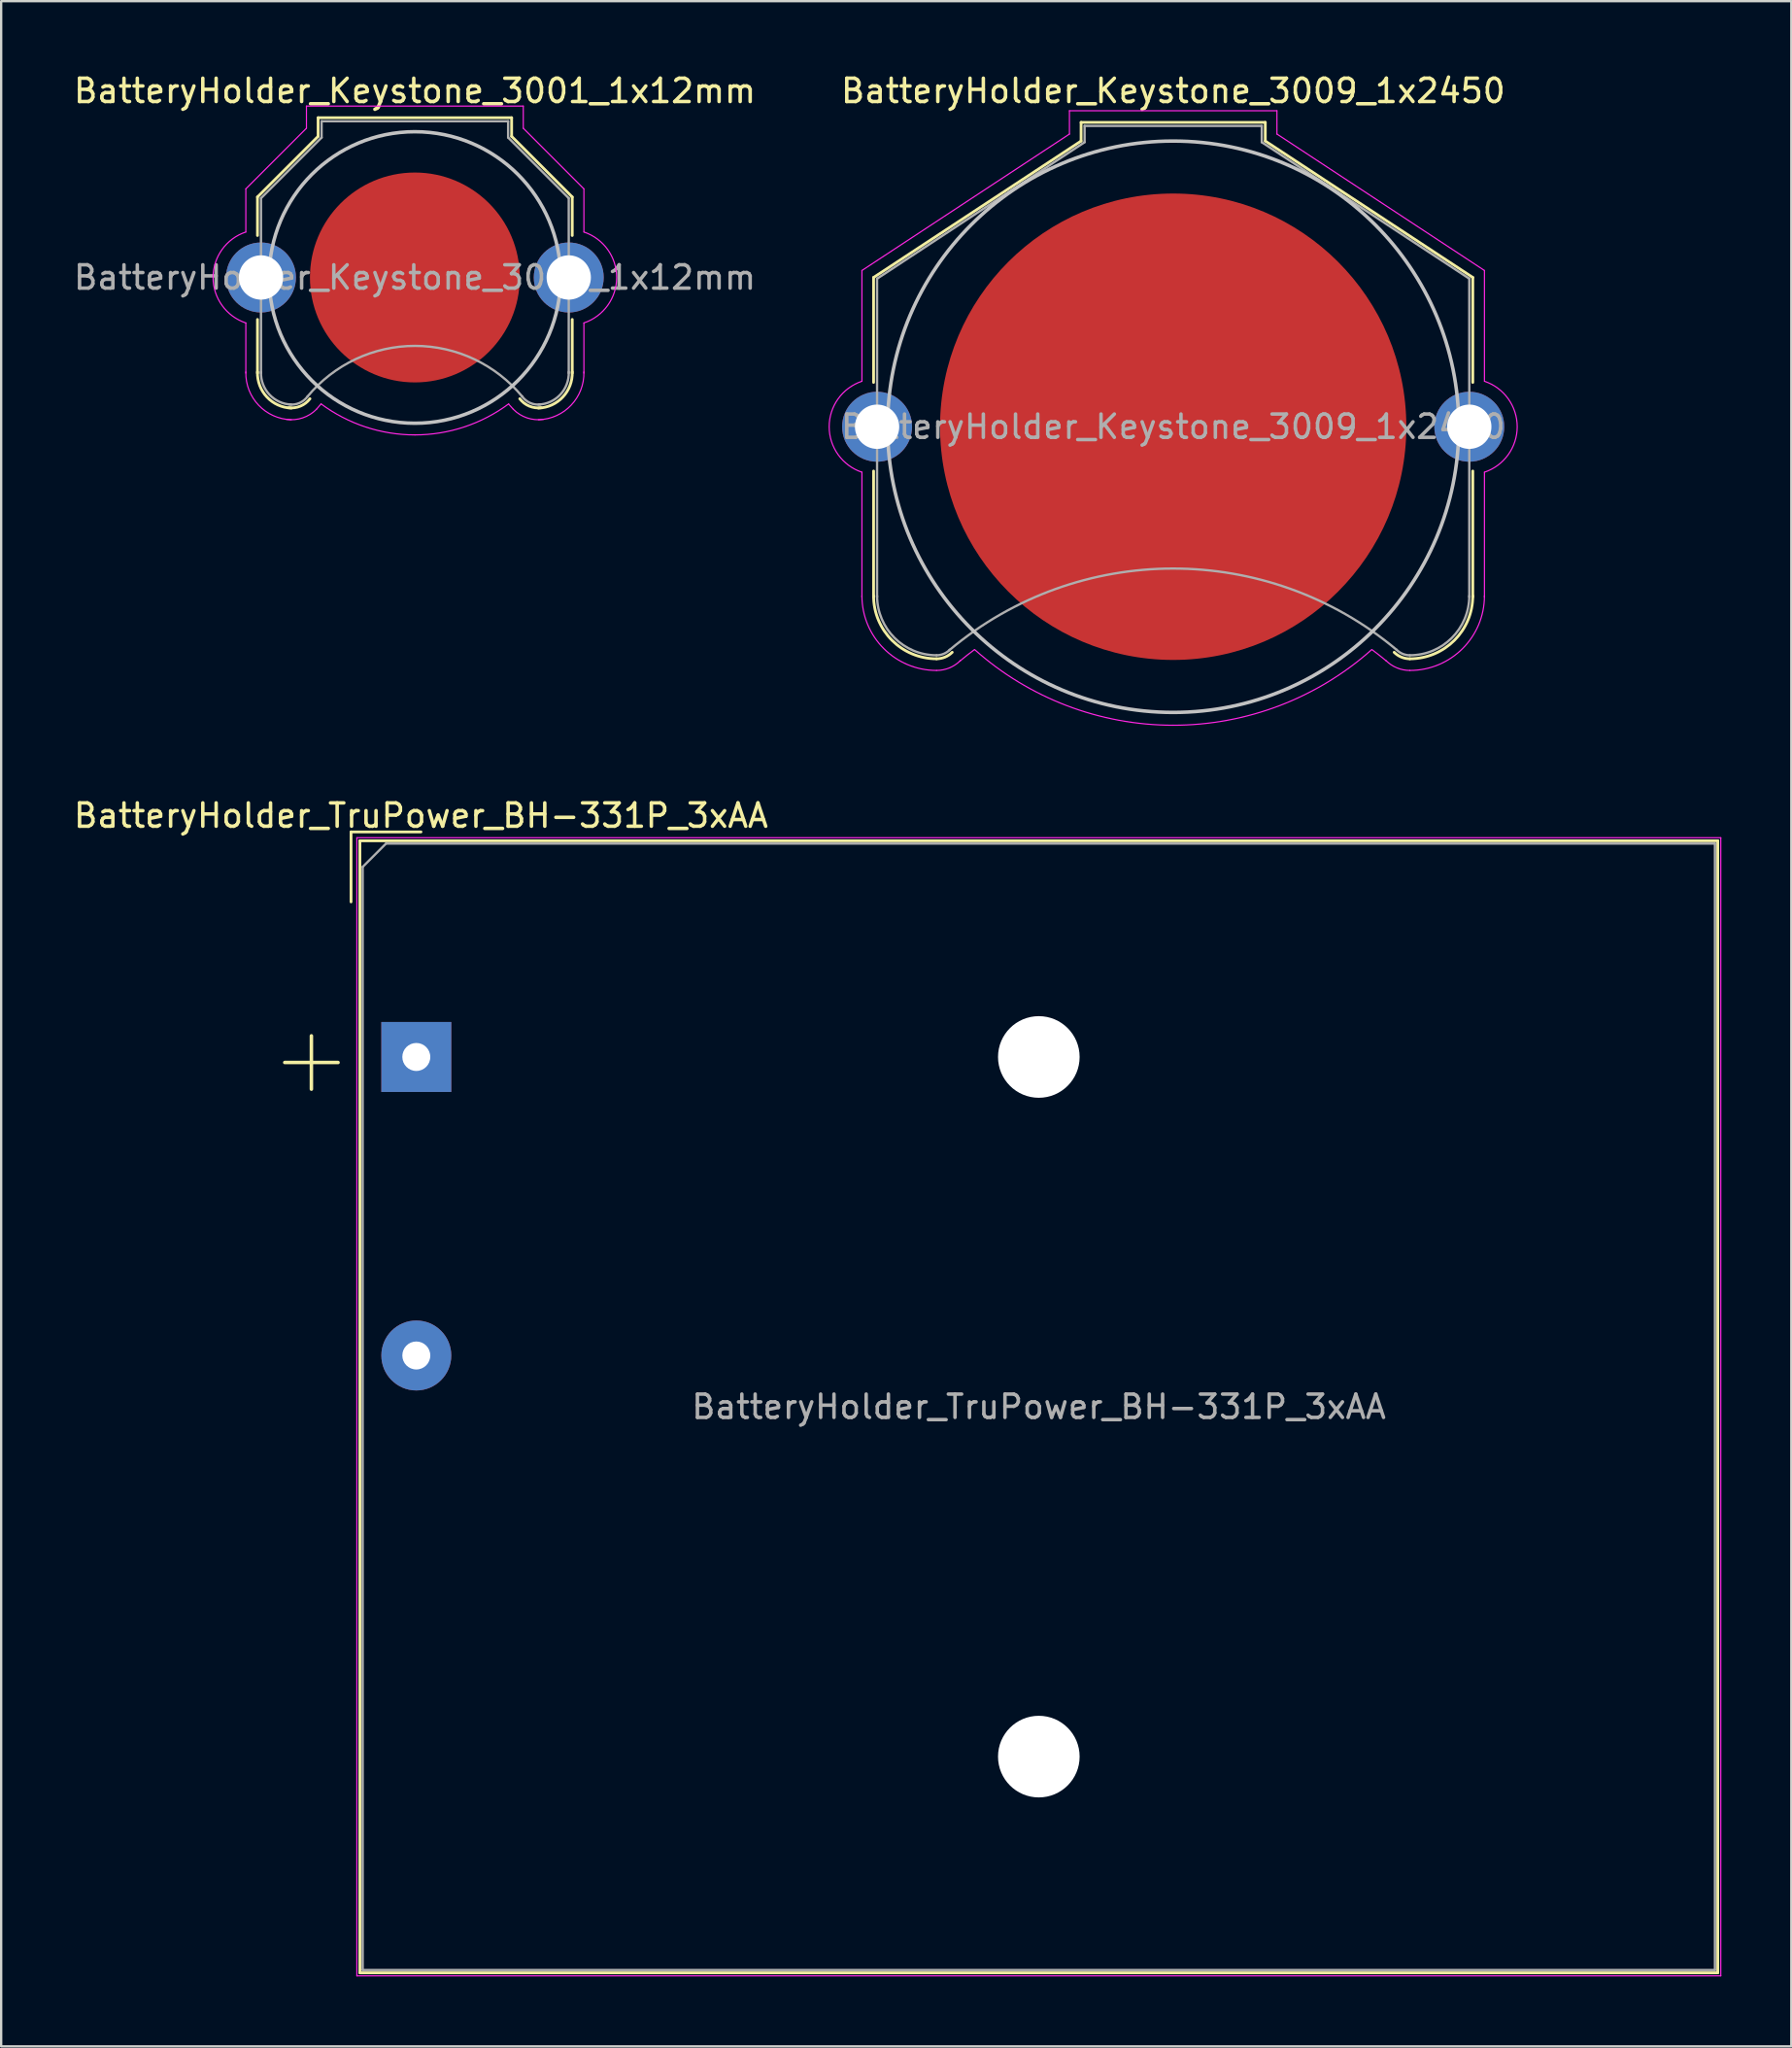
<source format=kicad_pcb>
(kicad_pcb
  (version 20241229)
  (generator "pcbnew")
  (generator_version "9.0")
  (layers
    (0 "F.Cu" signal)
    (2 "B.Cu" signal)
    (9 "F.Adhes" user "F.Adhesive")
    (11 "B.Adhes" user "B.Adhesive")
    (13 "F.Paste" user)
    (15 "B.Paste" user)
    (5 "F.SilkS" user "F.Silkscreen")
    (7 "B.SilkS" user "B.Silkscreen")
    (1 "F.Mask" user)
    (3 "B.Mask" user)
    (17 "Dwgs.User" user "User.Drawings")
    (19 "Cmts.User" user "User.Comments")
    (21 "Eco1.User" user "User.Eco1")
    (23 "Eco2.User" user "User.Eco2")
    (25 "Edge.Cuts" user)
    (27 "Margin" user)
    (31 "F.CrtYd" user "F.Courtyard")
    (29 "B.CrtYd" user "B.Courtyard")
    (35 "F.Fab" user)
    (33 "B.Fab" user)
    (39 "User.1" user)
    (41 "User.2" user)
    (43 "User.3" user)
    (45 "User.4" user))
  (footprint "BatteryHolder_Keystone_3009_1x2450"
    (layer "F.Cu")
    (at 47.269 15.248)
    (property "Reference" "BatteryHolder_Keystone_3009_1x2450" (at 0 -14.4 0) (layer "F.SilkS") (effects (font (size 1 1) (thickness 0.15))))
    (attr through_hole)
    (fp_line (start -12.85 -6.4) (end -12.85 -1.9) (stroke (width 0.12) (type solid)) (layer "F.SilkS"))
    (fp_line (start -12.85 1.9) (end -12.85 7.3) (stroke (width 0.12) (type solid)) (layer "F.SilkS"))
    (fp_line (start -3.95 -13.05) (end -3.95 -12.25) (stroke (width 0.12) (type solid)) (layer "F.SilkS"))
    (fp_line (start -3.95 -13.05) (end 3.95 -13.05) (stroke (width 0.12) (type solid)) (layer "F.SilkS"))
    (fp_line (start -3.95 -12.25) (end -12.85 -6.4) (stroke (width 0.12) (type solid)) (layer "F.SilkS"))
    (fp_line (start 3.95 -13.05) (end 3.95 -12.25) (stroke (width 0.12) (type solid)) (layer "F.SilkS"))
    (fp_line (start 3.95 -12.25) (end 12.85 -6.4) (stroke (width 0.12) (type solid)) (layer "F.SilkS"))
    (fp_line (start 12.85 -6.4) (end 12.85 -1.9) (stroke (width 0.12) (type solid)) (layer "F.SilkS"))
    (fp_line (start 12.85 1.9) (end 12.85 7.3) (stroke (width 0.12) (type solid)) (layer "F.SilkS"))
    (fp_arc (start -10.15 9.95) (mid -12.059188 9.159188) (end -12.85 7.25) (stroke (width 0.12) (type solid)) (layer "F.SilkS"))
    (fp_arc (start -9.478249 9.671751) (mid -9.786451 9.877685) (end -10.15 9.95) (stroke (width 0.12) (type solid)) (layer "F.SilkS"))
    (fp_arc (start 10.15 9.95) (mid 9.786451 9.877686) (end 9.478249 9.671751) (stroke (width 0.12) (type solid)) (layer "F.SilkS"))
    (fp_arc (start 12.85 7.25) (mid 12.059188 9.159188) (end 10.15 9.95) (stroke (width 0.12) (type solid)) (layer "F.SilkS"))
    (fp_circle (center 0 0) (end 12.25 0) (stroke (width 0.15) (type solid)) (fill no) (layer "Dwgs.User"))
    (fp_line (start -13.35 -6.7) (end -13.35 -1.95) (stroke (width 0.05) (type solid)) (layer "F.CrtYd"))
    (fp_line (start -13.35 1.95) (end -13.35 7.3) (stroke (width 0.05) (type solid)) (layer "F.CrtYd"))
    (fp_line (start -4.45 -13.55) (end -4.45 -12.55) (stroke (width 0.05) (type solid)) (layer "F.CrtYd"))
    (fp_line (start -4.45 -13.55) (end 4.45 -13.55) (stroke (width 0.05) (type solid)) (layer "F.CrtYd"))
    (fp_line (start -4.45 -12.55) (end -13.35 -6.7) (stroke (width 0.05) (type solid)) (layer "F.CrtYd"))
    (fp_line (start 4.45 -13.55) (end 4.45 -12.55) (stroke (width 0.05) (type solid)) (layer "F.CrtYd"))
    (fp_line (start 4.45 -12.55) (end 13.35 -6.7) (stroke (width 0.05) (type solid)) (layer "F.CrtYd"))
    (fp_line (start 13.35 -6.7) (end 13.35 -1.95) (stroke (width 0.05) (type solid)) (layer "F.CrtYd"))
    (fp_line (start 13.35 1.95) (end 13.35 7.3) (stroke (width 0.05) (type solid)) (layer "F.CrtYd"))
    (fp_arc (start -13.35 1.95) (mid -14.755479 0.002334) (end -13.354426 -1.948519) (stroke (width 0.05) (type solid)) (layer "F.CrtYd"))
    (fp_arc (start -10.15 10.45) (mid -12.412742 9.512742) (end -13.35 7.25) (stroke (width 0.05) (type solid)) (layer "F.CrtYd"))
    (fp_arc (start -9.15 10.05) (mid -8.840691 9.798786) (end -8.524488 9.556307) (stroke (width 0.05) (type solid)) (layer "F.CrtYd"))
    (fp_arc (start -9.124695 10.025305) (mid -9.595109 10.339626) (end -10.15 10.45) (stroke (width 0.05) (type solid)) (layer "F.CrtYd"))
    (fp_arc (start 0 12.8) (mid -4.55581 11.961797) (end -8.514949 9.556969) (stroke (width 0.05) (type solid)) (layer "F.CrtYd"))
    (fp_arc (start 8.514949 9.556969) (mid 4.55581 11.961798) (end 0 12.8) (stroke (width 0.05) (type solid)) (layer "F.CrtYd"))
    (fp_arc (start 8.524488 9.556307) (mid 8.840691 9.798786) (end 9.15 10.05) (stroke (width 0.05) (type solid)) (layer "F.CrtYd"))
    (fp_arc (start 10.15 10.45) (mid 9.595109 10.339625) (end 9.124695 10.025305) (stroke (width 0.05) (type solid)) (layer "F.CrtYd"))
    (fp_arc (start 13.35 7.25) (mid 12.412742 9.512742) (end 10.15 10.45) (stroke (width 0.05) (type solid)) (layer "F.CrtYd"))
    (fp_arc (start 13.354426 -1.948519) (mid 14.755479 0.002334) (end 13.35 1.95) (stroke (width 0.05) (type solid)) (layer "F.CrtYd"))
    (fp_line (start -12.7 -6.35) (end -12.7 7.3) (stroke (width 0.1) (type solid)) (layer "F.Fab"))
    (fp_line (start -3.8 -12.9) (end -3.8 -12.2) (stroke (width 0.1) (type solid)) (layer "F.Fab"))
    (fp_line (start -3.8 -12.9) (end 3.8 -12.9) (stroke (width 0.1) (type solid)) (layer "F.Fab"))
    (fp_line (start -3.8 -12.2) (end -12.7 -6.35) (stroke (width 0.1) (type solid)) (layer "F.Fab"))
    (fp_line (start 3.8 -12.9) (end 3.8 -12.2) (stroke (width 0.1) (type solid)) (layer "F.Fab"))
    (fp_line (start 3.8 -12.2) (end 12.7 -6.35) (stroke (width 0.1) (type solid)) (layer "F.Fab"))
    (fp_line (start 12.7 -6.35) (end 12.7 7.3) (stroke (width 0.1) (type solid)) (layer "F.Fab"))
    (fp_arc (start -10.15 9.8) (mid -11.953122 9.053122) (end -12.7 7.25) (stroke (width 0.1) (type solid)) (layer "F.Fab"))
    (fp_arc (start -9.6 9.58) (mid -0.013392 6.081011) (end 9.579482 9.562783) (stroke (width 0.1) (type solid)) (layer "F.Fab"))
    (fp_arc (start -9.584315 9.565685) (mid -9.843853 9.739103) (end -10.15 9.8) (stroke (width 0.1) (type solid)) (layer "F.Fab"))
    (fp_arc (start 10.15 9.8) (mid 9.843853 9.739104) (end 9.584315 9.565685) (stroke (width 0.1) (type solid)) (layer "F.Fab"))
    (fp_arc (start 12.7 7.25) (mid 11.953122 9.053122) (end 10.15 9.8) (stroke (width 0.1) (type solid)) (layer "F.Fab"))
    (fp_text user "${REFERENCE}" (at 0 0 0) (layer "F.Fab") (effects (font (size 1 1) (thickness 0.15))))
    (pad "1" thru_hole circle (at -12.7 0) (size 3 3) (drill 1.9) (layers "*.Cu" "*.Mask"))
    (pad "1" thru_hole circle (at 12.7 0) (size 3 3) (drill 1.9) (layers "*.Cu" "*.Mask"))
    (pad "2" smd circle (at 0 0) (size 20 20) (layers "F.Cu" "F.Mask")))
  (footprint "BatteryHolder_TruPower_BH-331P_3xAA"
    (layer "F.Cu")
    (at 14.806 42.272)
    (property "Reference" "BatteryHolder_TruPower_BH-331P_3xAA" (at 0.2 -10.35 0) (layer "F.SilkS") (effects (font (size 1 1) (thickness 0.15))))
    (attr through_hole)
    (fp_line (start -2.8 -9.65) (end 0.2 -9.65) (stroke (width 0.12) (type solid)) (layer "F.SilkS"))
    (fp_line (start -2.8 -6.65) (end -2.8 -9.65) (stroke (width 0.12) (type solid)) (layer "F.SilkS"))
    (fp_line (start -2.42 -9.27) (end -2.42 39.27) (stroke (width 0.12) (type solid)) (layer "F.SilkS"))
    (fp_line (start -2.42 -9.27) (end 55.82 -9.27) (stroke (width 0.12) (type solid)) (layer "F.SilkS"))
    (fp_line (start -2.42 39.27) (end 55.82 39.27) (stroke (width 0.12) (type solid)) (layer "F.SilkS"))
    (fp_line (start 55.82 -9.27) (end 55.82 39.27) (stroke (width 0.12) (type solid)) (layer "F.SilkS"))
    (fp_line (start -2.55 -9.4) (end -2.55 39.4) (stroke (width 0.05) (type solid)) (layer "F.CrtYd"))
    (fp_line (start -2.55 -9.4) (end 55.95 -9.4) (stroke (width 0.05) (type solid)) (layer "F.CrtYd"))
    (fp_line (start -2.55 39.4) (end 55.95 39.4) (stroke (width 0.05) (type solid)) (layer "F.CrtYd"))
    (fp_line (start 55.95 -9.4) (end 55.95 39.4) (stroke (width 0.05) (type solid)) (layer "F.CrtYd"))
    (fp_line (start -2.3 -8.15) (end -1.3 -9.15) (stroke (width 0.1) (type solid)) (layer "F.Fab"))
    (fp_line (start -2.3 39.15) (end -2.3 -8.15) (stroke (width 0.1) (type solid)) (layer "F.Fab"))
    (fp_line (start -1.3 -9.15) (end 55.7 -9.15) (stroke (width 0.1) (type solid)) (layer "F.Fab"))
    (fp_line (start 55.7 -9.15) (end 55.7 39.15) (stroke (width 0.1) (type solid)) (layer "F.Fab"))
    (fp_line (start 55.7 39.15) (end -2.3 39.15) (stroke (width 0.1) (type solid)) (layer "F.Fab"))
    (fp_text user "+" (at -4.5 0 0) (layer "F.SilkS") (effects (font (size 3 3) (thickness 0.15))))
    (fp_text user "${REFERENCE}" (at 26.7 15 0) (layer "F.Fab") (effects (font (size 1 1) (thickness 0.15))))
    (pad "" np_thru_hole circle (at 26.7 0) (size 3.5 3.5) (drill 3.5) (layers "*.Cu" "*.Mask"))
    (pad "" np_thru_hole circle (at 26.7 30) (size 3.5 3.5) (drill 3.5) (layers "*.Cu" "*.Mask"))
    (pad "1" thru_hole rect (at 0 0) (size 3 3) (drill 1.2) (layers "*.Cu" "*.Mask"))
    (pad "2" thru_hole circle (at 0 12.8) (size 3 3) (drill 1.2) (layers "*.Cu" "*.Mask")))
  (footprint "BatteryHolder_Keystone_3001_1x12mm"
    (layer "F.Cu")
    (at 14.744 8.848)
    (property "Reference" "BatteryHolder_Keystone_3001_1x12mm" (at 0 -8 0) (layer "F.SilkS") (effects (font (size 1 1) (thickness 0.15))))
    (attr through_hole)
    (fp_line (start -6.75 -3.45) (end -4.15 -6.05) (stroke (width 0.12) (type solid)) (layer "F.SilkS"))
    (fp_line (start -6.75 -1.8) (end -6.75 -3.45) (stroke (width 0.12) (type solid)) (layer "F.SilkS"))
    (fp_line (start -6.75 1.8) (end -6.75 4.1) (stroke (width 0.12) (type solid)) (layer "F.SilkS"))
    (fp_line (start -4.15 -6.85) (end 4.15 -6.85) (stroke (width 0.12) (type solid)) (layer "F.SilkS"))
    (fp_line (start -4.15 -6.05) (end -4.15 -6.85) (stroke (width 0.12) (type solid)) (layer "F.SilkS"))
    (fp_line (start 4.15 -6.85) (end 4.15 -6.05) (stroke (width 0.12) (type solid)) (layer "F.SilkS"))
    (fp_line (start 4.15 -6.05) (end 6.75 -3.45) (stroke (width 0.12) (type solid)) (layer "F.SilkS"))
    (fp_line (start 6.75 -3.45) (end 6.75 -1.8) (stroke (width 0.12) (type solid)) (layer "F.SilkS"))
    (fp_line (start 6.75 1.8) (end 6.75 4.1) (stroke (width 0.12) (type solid)) (layer "F.SilkS"))
    (fp_arc (start -5.3 5.6) (mid -6.346016 5.125305) (end -6.75 4.05) (stroke (width 0.12) (type solid)) (layer "F.SilkS"))
    (fp_arc (start -4.5 5.2) (mid -4.90584 5.514615) (end -5.414615 5.58416) (stroke (width 0.12) (type solid)) (layer "F.SilkS"))
    (fp_arc (start 5.414615 5.58416) (mid 4.90584 5.514615) (end 4.5 5.2) (stroke (width 0.12) (type solid)) (layer "F.SilkS"))
    (fp_arc (start 6.75 4.05) (mid 6.346016 5.125305) (end 5.3 5.6) (stroke (width 0.12) (type solid)) (layer "F.SilkS"))
    (fp_circle (center 0 0) (end 0 6.25) (stroke (width 0.15) (type solid)) (fill no) (layer "Dwgs.User"))
    (fp_line (start -7.25 -3.8) (end -4.65 -6.4) (stroke (width 0.05) (type solid)) (layer "F.CrtYd"))
    (fp_line (start -7.25 -1.95) (end -7.25 -3.8) (stroke (width 0.05) (type solid)) (layer "F.CrtYd"))
    (fp_line (start -7.25 1.95) (end -7.25 4.1) (stroke (width 0.05) (type solid)) (layer "F.CrtYd"))
    (fp_line (start -4.65 -7.35) (end 4.65 -7.35) (stroke (width 0.05) (type solid)) (layer "F.CrtYd"))
    (fp_line (start -4.65 -6.4) (end -4.65 -7.35) (stroke (width 0.05) (type solid)) (layer "F.CrtYd"))
    (fp_line (start 4.65 -6.4) (end 4.65 -7.35) (stroke (width 0.05) (type solid)) (layer "F.CrtYd"))
    (fp_line (start 7.25 -3.8) (end 4.65 -6.4) (stroke (width 0.05) (type solid)) (layer "F.CrtYd"))
    (fp_line (start 7.25 -1.95) (end 7.25 -3.8) (stroke (width 0.05) (type solid)) (layer "F.CrtYd"))
    (fp_line (start 7.25 1.95) (end 7.25 4.1) (stroke (width 0.05) (type solid)) (layer "F.CrtYd"))
    (fp_arc (start -7.25 1.95) (mid -8.655479 0.002334) (end -7.254426 -1.948519) (stroke (width 0.05) (type solid)) (layer "F.CrtYd"))
    (fp_arc (start -5.3 6.1) (mid -6.699569 5.478858) (end -7.25 4.05) (stroke (width 0.05) (type solid)) (layer "F.CrtYd"))
    (fp_arc (start -4.22 5.65) (mid -4.814553 6.021742) (end -5.513125 6.082436) (stroke (width 0.05) (type solid)) (layer "F.CrtYd"))
    (fp_arc (start -4.22 5.65) (mid -4.123743 5.534157) (end -4.024388 5.42096) (stroke (width 0.05) (type solid)) (layer "F.CrtYd"))
    (fp_arc (start 0 6.75) (mid -2.119449 6.408622) (end -4.024518 5.419018) (stroke (width 0.05) (type solid)) (layer "F.CrtYd"))
    (fp_arc (start 4.024518 5.419018) (mid 2.119449 6.408622) (end 0 6.75) (stroke (width 0.05) (type solid)) (layer "F.CrtYd"))
    (fp_arc (start 4.02471 5.432858) (mid 4.123824 5.540108) (end 4.22 5.65) (stroke (width 0.05) (type solid)) (layer "F.CrtYd"))
    (fp_arc (start 5.513125 6.082436) (mid 4.814553 6.021742) (end 4.22 5.65) (stroke (width 0.05) (type solid)) (layer "F.CrtYd"))
    (fp_arc (start 7.25 4.05) (mid 6.699569 5.478858) (end 5.3 6.1) (stroke (width 0.05) (type solid)) (layer "F.CrtYd"))
    (fp_arc (start 7.254426 -1.948519) (mid 8.655479 0.002334) (end 7.25 1.95) (stroke (width 0.05) (type solid)) (layer "F.CrtYd"))
    (fp_line (start -6.6 -3.4) (end -6.6 4.1) (stroke (width 0.1) (type solid)) (layer "F.Fab"))
    (fp_line (start -4 -6.7) (end -4 -6) (stroke (width 0.1) (type solid)) (layer "F.Fab"))
    (fp_line (start -4 -6.7) (end 4 -6.7) (stroke (width 0.1) (type solid)) (layer "F.Fab"))
    (fp_line (start -4 -6) (end -6.6 -3.4) (stroke (width 0.1) (type solid)) (layer "F.Fab"))
    (fp_line (start 4 -6.7) (end 4 -6) (stroke (width 0.1) (type solid)) (layer "F.Fab"))
    (fp_line (start 4 -6) (end 6.6 -3.4) (stroke (width 0.1) (type solid)) (layer "F.Fab"))
    (fp_line (start 6.6 -3.4) (end 6.6 4.1) (stroke (width 0.1) (type solid)) (layer "F.Fab"))
    (fp_arc (start -5.3 5.45) (mid -6.239949 5.019239) (end -6.6 4.05) (stroke (width 0.1) (type solid)) (layer "F.Fab"))
    (fp_arc (start -4.6 5.1) (mid -4.942443 5.378013) (end -5.378013 5.447558) (stroke (width 0.1) (type solid)) (layer "F.Fab"))
    (fp_arc (start -4.6 5.1) (mid 0.006214 2.93343) (end 4.607905 5.109589) (stroke (width 0.1) (type solid)) (layer "F.Fab"))
    (fp_arc (start 5.378013 5.447558) (mid 4.942442 5.378013) (end 4.6 5.1) (stroke (width 0.1) (type solid)) (layer "F.Fab"))
    (fp_arc (start 6.6 4.05) (mid 6.239949 5.019239) (end 5.3 5.45) (stroke (width 0.1) (type solid)) (layer "F.Fab"))
    (fp_text user "${REFERENCE}" (at 0 0 0) (layer "F.Fab") (effects (font (size 1 1) (thickness 0.15))))
    (pad "1" thru_hole circle (at -6.6 0) (size 3 3) (drill 1.9) (layers "*.Cu" "*.Mask"))
    (pad "1" thru_hole circle (at 6.6 0) (size 3 3) (drill 1.9) (layers "*.Cu" "*.Mask"))
    (pad "2" smd circle (at 0 0) (size 9 9) (layers "F.Cu" "F.Mask")))
  (gr_rect
    (start -3 -3)
    (end 73.781 84.697)
    (stroke (width 0.1) (type default))
    (fill no)
    (layer "Edge.Cuts")))
</source>
